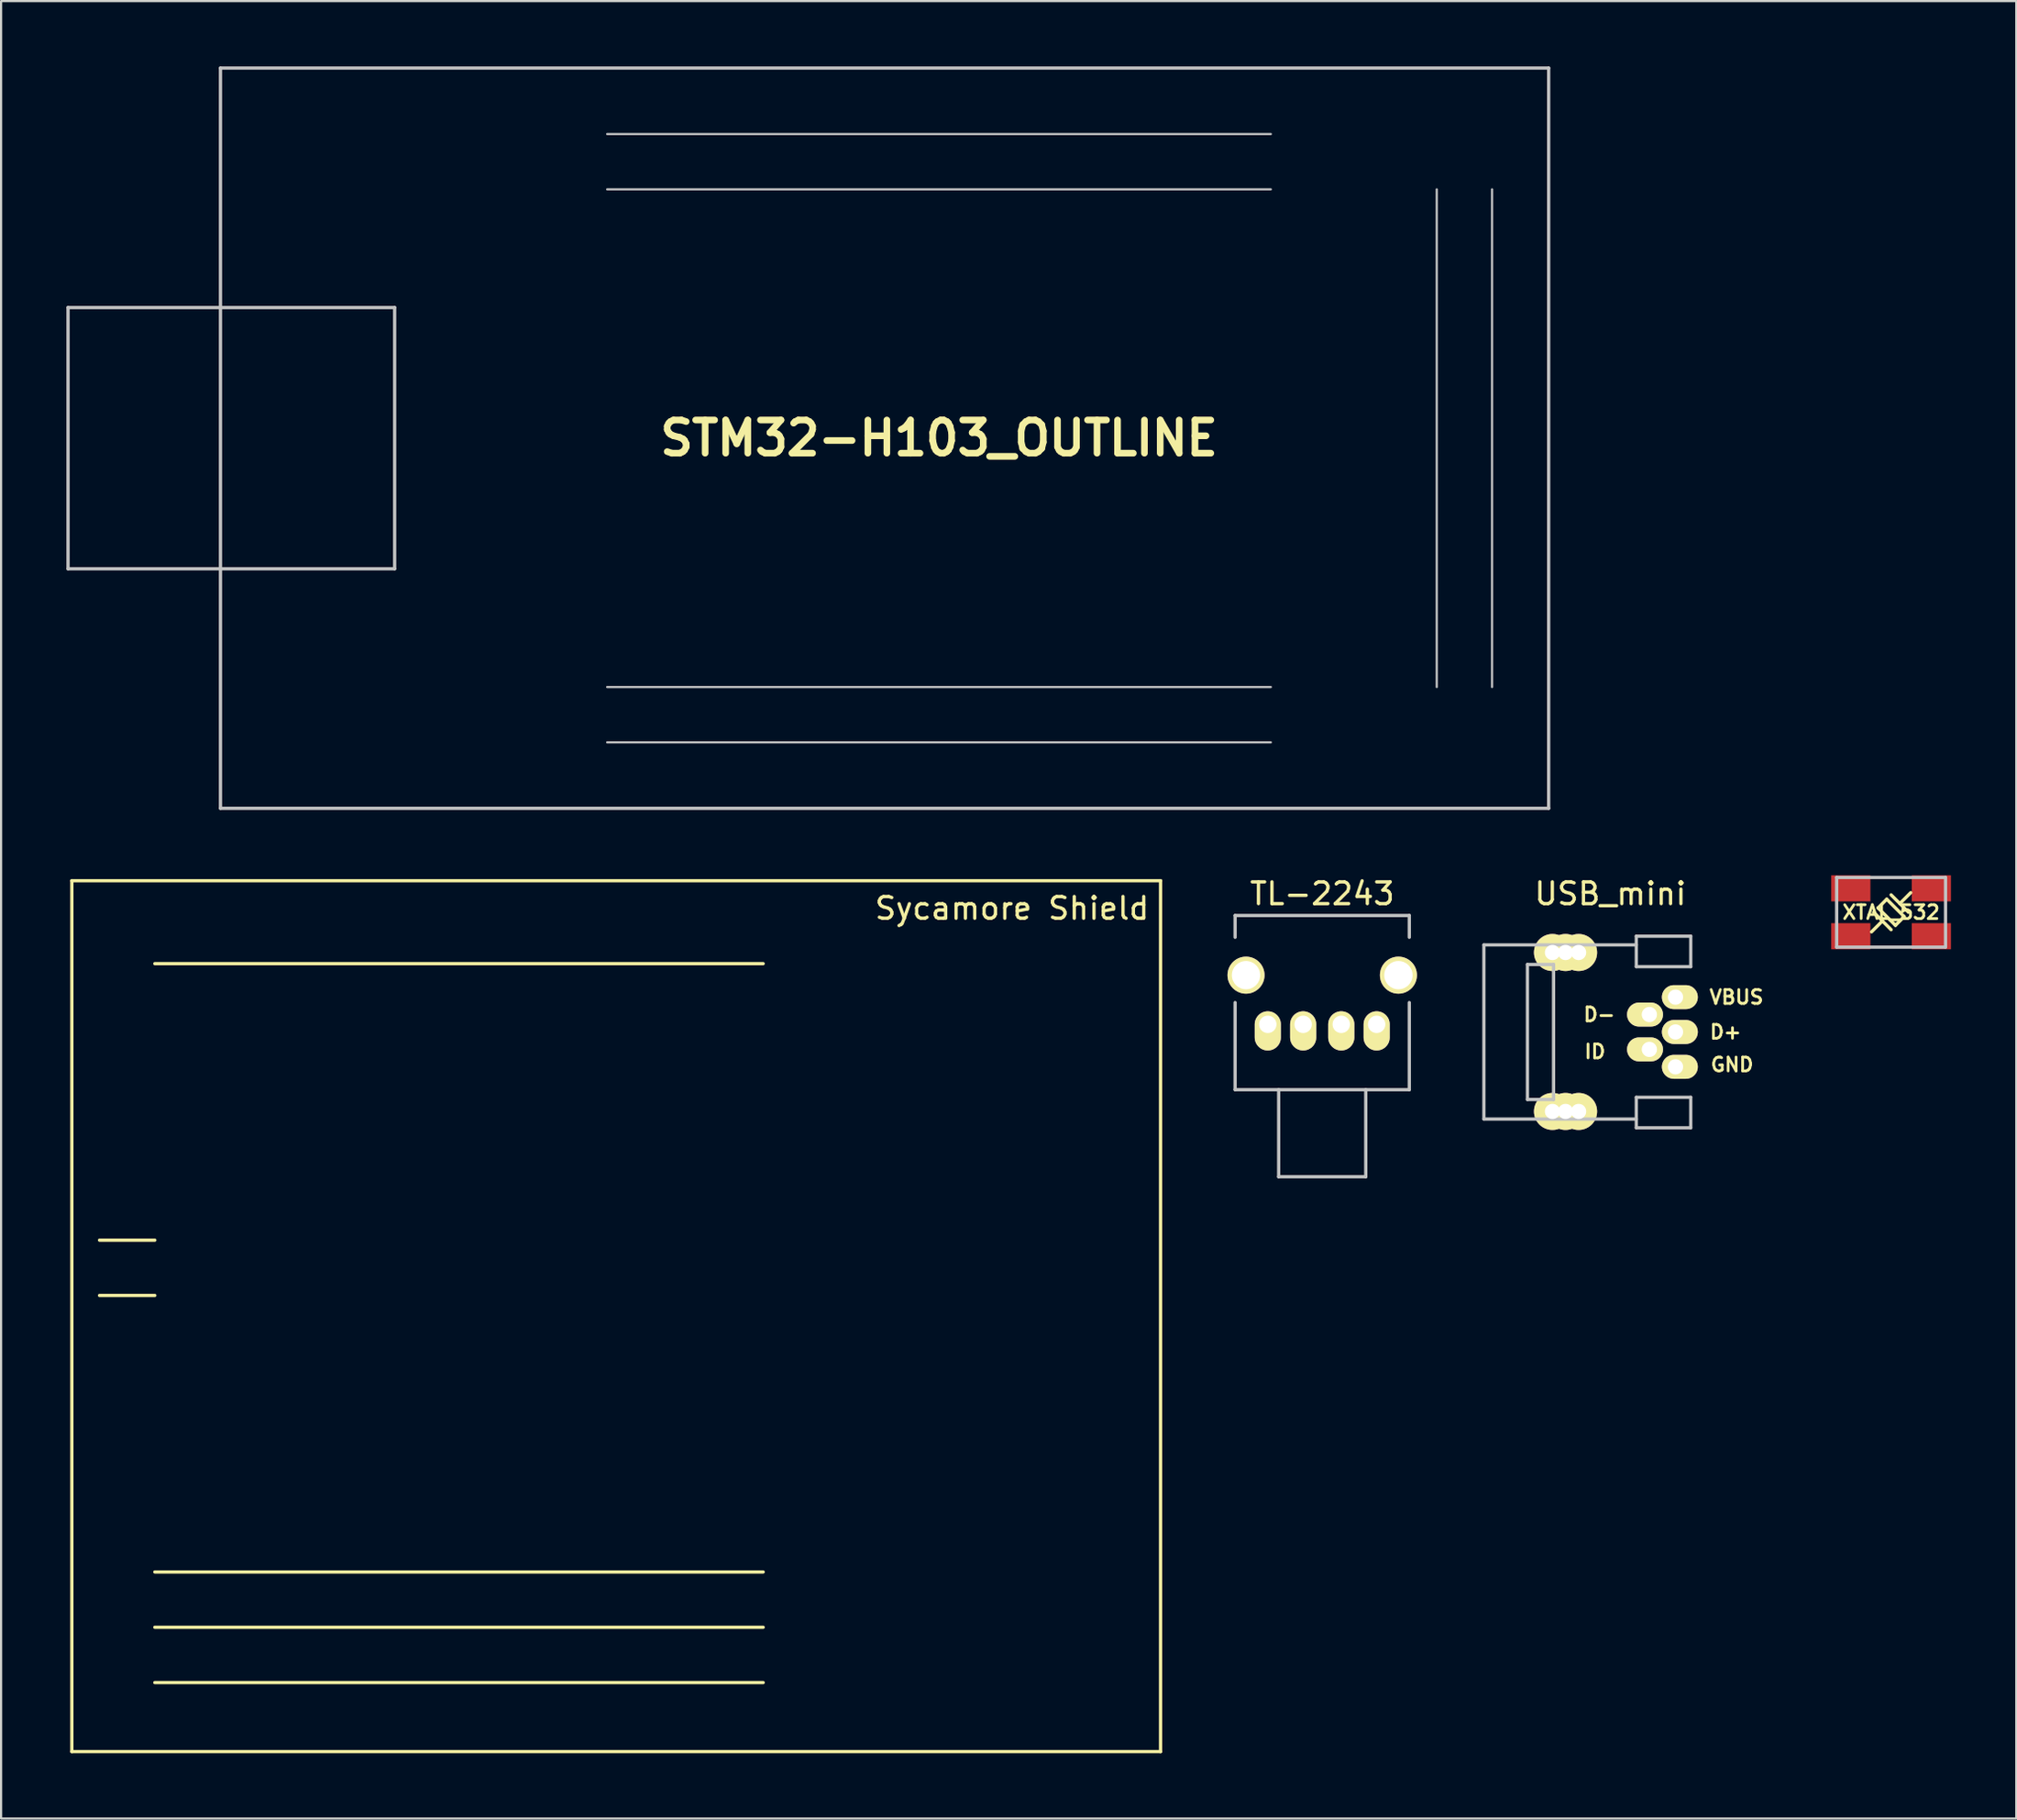
<source format=kicad_pcb>
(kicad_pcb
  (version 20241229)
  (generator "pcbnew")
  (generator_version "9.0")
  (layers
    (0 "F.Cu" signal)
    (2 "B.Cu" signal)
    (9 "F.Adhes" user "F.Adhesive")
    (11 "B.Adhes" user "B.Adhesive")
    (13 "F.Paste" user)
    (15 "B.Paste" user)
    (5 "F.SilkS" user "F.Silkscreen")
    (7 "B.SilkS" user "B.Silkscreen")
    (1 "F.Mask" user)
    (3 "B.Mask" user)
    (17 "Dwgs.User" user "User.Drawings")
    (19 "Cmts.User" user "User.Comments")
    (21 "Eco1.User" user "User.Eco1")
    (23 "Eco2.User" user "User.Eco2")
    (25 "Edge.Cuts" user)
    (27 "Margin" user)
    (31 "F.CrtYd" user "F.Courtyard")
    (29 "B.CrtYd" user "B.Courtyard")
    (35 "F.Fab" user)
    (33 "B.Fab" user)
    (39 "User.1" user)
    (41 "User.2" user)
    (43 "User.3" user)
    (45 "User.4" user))
  (footprint "Sycamore Shield"
    (layer "F.Cu")
    (at 0.25 37.4)
    (property "Reference" "Sycamore Shield" (at 43.18 1.27 0) (layer "F.SilkS") (effects (font (size 1 1) (thickness 0.15))))
    (attr through_hole)
    (fp_line (start 0 0) (end 50 0) (stroke (width 0.15) (type solid)) (layer "F.SilkS"))
    (fp_line (start 0 40) (end 0 0) (stroke (width 0.15) (type solid)) (layer "F.SilkS"))
    (fp_line (start 1.27 16.51) (end 3.81 16.51) (stroke (width 0.15) (type solid)) (layer "F.SilkS"))
    (fp_line (start 1.27 19.05) (end 3.81 19.05) (stroke (width 0.15) (type solid)) (layer "F.SilkS"))
    (fp_line (start 3.81 3.81) (end 31.75 3.81) (stroke (width 0.15) (type solid)) (layer "F.SilkS"))
    (fp_line (start 3.81 31.75) (end 31.75 31.75) (stroke (width 0.15) (type solid)) (layer "F.SilkS"))
    (fp_line (start 3.81 34.29) (end 31.75 34.29) (stroke (width 0.15) (type solid)) (layer "F.SilkS"))
    (fp_line (start 31.75 36.83) (end 3.81 36.83) (stroke (width 0.15) (type solid)) (layer "F.SilkS"))
    (fp_line (start 50 0) (end 50 40) (stroke (width 0.15) (type solid)) (layer "F.SilkS"))
    (fp_line (start 50 40) (end 0 40) (stroke (width 0.15) (type solid)) (layer "F.SilkS")))
  (footprint "XTAL_532"
    (layer "F.Cu")
    (at 83.802 38.85)
    (property "Reference" "XTAL_532" (at 0 0 0) (layer "F.SilkS") (effects (font (size 0.635 0.635) (thickness 0.127))))
    (attr through_hole)
    (fp_line (start -0.6 -0.2) (end 0.2 0.6) (stroke (width 0.15) (type solid)) (layer "F.SilkS"))
    (fp_line (start -0.4 0.4) (end -0.9 0.9) (stroke (width 0.15) (type solid)) (layer "F.SilkS"))
    (fp_line (start -0.2 -0.6) (end -0.6 -0.2) (stroke (width 0.15) (type solid)) (layer "F.SilkS"))
    (fp_line (start 0 -0.8) (end 0.8 0) (stroke (width 0.15) (type solid)) (layer "F.SilkS"))
    (fp_line (start 0 0.8) (end -0.8 0) (stroke (width 0.15) (type solid)) (layer "F.SilkS"))
    (fp_line (start 0.2 0.6) (end 0.6 0.2) (stroke (width 0.15) (type solid)) (layer "F.SilkS"))
    (fp_line (start 0.4 -0.4) (end 0.9 -0.9) (stroke (width 0.15) (type solid)) (layer "F.SilkS"))
    (fp_line (start 0.6 0.2) (end -0.2 -0.6) (stroke (width 0.15) (type solid)) (layer "F.SilkS"))
    (fp_line (start -2.5 -1.6) (end -2.5 1.6) (stroke (width 0.15) (type solid)) (layer "Dwgs.User"))
    (fp_line (start -2.5 1.6) (end 2.5 1.6) (stroke (width 0.15) (type solid)) (layer "Dwgs.User"))
    (fp_line (start 2.5 -1.6) (end -2.5 -1.6) (stroke (width 0.15) (type solid)) (layer "Dwgs.User"))
    (fp_line (start 2.5 1.6) (end 2.5 -1.6) (stroke (width 0.15) (type solid)) (layer "Dwgs.User"))
    (pad "1" smd rect (at -1.85 1.1) (size 1.8 1.2) (layers "F.Cu" "F.Mask" "F.Paste"))
    (pad "2" smd rect (at 1.85 1.1) (size 1.8 1.2) (layers "F.Cu" "F.Mask" "F.Paste"))
    (pad "3" smd rect (at 1.85 -1.1) (size 1.8 1.2) (layers "F.Cu" "F.Mask" "F.Paste"))
    (pad "4" smd rect (at -1.85 -1.1) (size 1.8 1.2) (layers "F.Cu" "F.Mask" "F.Paste")))
  (footprint "USB_mini"
    (layer "F.Cu")
    (at 67.1 44.348)
    (property "Reference" "USB_mini" (at 3.81 -6.35 0) (layer "F.SilkS") (effects (font (size 1 1) (thickness 0.15))))
    (attr through_hole)
    (fp_line (start -2 4) (end -2 -4) (stroke (width 0.15) (type solid)) (layer "Dwgs.User"))
    (fp_line (start 0 -3.1) (end 1.2 -3.1) (stroke (width 0.15) (type solid)) (layer "Dwgs.User"))
    (fp_line (start 0 3.1) (end 0 -3.1) (stroke (width 0.15) (type solid)) (layer "Dwgs.User"))
    (fp_line (start 1.2 -3.1) (end 1.2 3.1) (stroke (width 0.15) (type solid)) (layer "Dwgs.User"))
    (fp_line (start 1.2 3.1) (end 0 3.1) (stroke (width 0.15) (type solid)) (layer "Dwgs.User"))
    (fp_line (start 5 -4.4) (end 5 -3) (stroke (width 0.15) (type solid)) (layer "Dwgs.User"))
    (fp_line (start 5 -4) (end -2 -4) (stroke (width 0.15) (type solid)) (layer "Dwgs.User"))
    (fp_line (start 5 -3) (end 7.5 -3) (stroke (width 0.15) (type solid)) (layer "Dwgs.User"))
    (fp_line (start 5 3) (end 7.5 3) (stroke (width 0.15) (type solid)) (layer "Dwgs.User"))
    (fp_line (start 5 4) (end -2 4) (stroke (width 0.15) (type solid)) (layer "Dwgs.User"))
    (fp_line (start 5 4.4) (end 5 3) (stroke (width 0.15) (type solid)) (layer "Dwgs.User"))
    (fp_line (start 7.5 -4.4) (end 5 -4.4) (stroke (width 0.15) (type solid)) (layer "Dwgs.User"))
    (fp_line (start 7.5 -3) (end 7.5 -4.4) (stroke (width 0.15) (type solid)) (layer "Dwgs.User"))
    (fp_line (start 7.5 3) (end 7.5 4.4) (stroke (width 0.15) (type solid)) (layer "Dwgs.User"))
    (fp_line (start 7.5 4.4) (end 5 4.4) (stroke (width 0.15) (type solid)) (layer "Dwgs.User"))
    (fp_text user "GND" (at 9.4 1.5 0) (layer "F.SilkS") (effects (font (size 0.635 0.635) (thickness 0.127))))
    (fp_text user "ID" (at 3.1 0.9 0) (layer "F.SilkS") (effects (font (size 0.635 0.635) (thickness 0.127))))
    (fp_text user "D+" (at 9.1 0 0) (layer "F.SilkS") (effects (font (size 0.635 0.635) (thickness 0.127))))
    (fp_text user "D-" (at 3.3 -0.8 0) (layer "F.SilkS") (effects (font (size 0.635 0.635) (thickness 0.127))))
    (fp_text user "VBUS" (at 9.6 -1.6 0) (layer "F.SilkS") (effects (font (size 0.635 0.635) (thickness 0.127))))
    (pad "" thru_hole circle (at 1.15 -3.65) (size 1.7 1.7) (drill 0.7) (layers "*.Cu" "*.Mask" "F.SilkS"))
    (pad "" thru_hole circle (at 1.15 3.65) (size 1.7 1.7) (drill 0.7) (layers "*.Cu" "*.Mask" "F.SilkS"))
    (pad "" thru_hole circle (at 1.75 -3.65) (size 1.7 1.7) (drill 0.7) (layers "*.Cu" "*.Mask" "F.SilkS"))
    (pad "" thru_hole circle (at 1.75 3.65) (size 1.7 1.7) (drill 0.7) (layers "*.Cu" "*.Mask" "F.SilkS"))
    (pad "" thru_hole circle (at 2.35 -3.65) (size 1.7 1.7) (drill 0.7) (layers "*.Cu" "*.Mask" "F.SilkS"))
    (pad "" thru_hole circle (at 2.35 3.65) (size 1.7 1.7) (drill 0.7) (layers "*.Cu" "*.Mask" "F.SilkS"))
    (pad "1" thru_hole oval (at 6.8 -1.6) (size 1.65 1.1) (drill 0.7 (offset 0.2 0)) (layers "*.Cu" "*.Mask" "F.SilkS"))
    (pad "2" thru_hole oval (at 6.8 0) (size 1.65 1.1) (drill 0.7 (offset 0.2 0)) (layers "*.Cu" "*.Mask" "F.SilkS"))
    (pad "3" thru_hole oval (at 5.6 -0.8) (size 1.65 1.1) (drill 0.7 (offset -0.2 0)) (layers "*.Cu" "*.Mask" "F.SilkS"))
    (pad "4" thru_hole oval (at 6.8 1.6) (size 1.65 1.1) (drill 0.7 (offset 0.2 0)) (layers "*.Cu" "*.Mask" "F.SilkS"))
    (pad "5" thru_hole oval (at 5.6 0.8) (size 1.65 1.1) (drill 0.7 (offset -0.2 0)) (layers "*.Cu" "*.Mask" "F.SilkS")))
  (footprint "STM32-H103_OUTLINE"
    (layer "F.Cu")
    (at 40.075 17.075)
    (property "Reference" "STM32-H103_OUTLINE" (at 0 0 0) (layer "F.SilkS") (effects (font (size 1.524 1.524) (thickness 0.305))))
    (attr through_hole)
    (fp_line (start -40 -6) (end -40 6) (stroke (width 0.15) (type solid)) (layer "Dwgs.User"))
    (fp_line (start -40 -6) (end -25 -6) (stroke (width 0.15) (type solid)) (layer "Dwgs.User"))
    (fp_line (start -33 -17) (end -33 17) (stroke (width 0.15) (type solid)) (layer "Dwgs.User"))
    (fp_line (start -25 -6) (end -25 6) (stroke (width 0.15) (type solid)) (layer "Dwgs.User"))
    (fp_line (start -25 6) (end -40 6) (stroke (width 0.15) (type solid)) (layer "Dwgs.User"))
    (fp_line (start -15.24 -11.43) (end 15.24 -11.43) (stroke (width 0.1) (type solid)) (layer "Dwgs.User"))
    (fp_line (start -15.24 11.43) (end 15.24 11.43) (stroke (width 0.1) (type solid)) (layer "Dwgs.User"))
    (fp_line (start 15.24 -13.97) (end -15.24 -13.97) (stroke (width 0.1) (type solid)) (layer "Dwgs.User"))
    (fp_line (start 15.24 13.97) (end -15.24 13.97) (stroke (width 0.1) (type solid)) (layer "Dwgs.User"))
    (fp_line (start 22.86 -11.43) (end 22.86 11.43) (stroke (width 0.1) (type solid)) (layer "Dwgs.User"))
    (fp_line (start 25.4 11.43) (end 25.4 -11.43) (stroke (width 0.1) (type solid)) (layer "Dwgs.User"))
    (fp_line (start 28 -17) (end -33 -17) (stroke (width 0.15) (type solid)) (layer "Dwgs.User"))
    (fp_line (start 28 17) (end -33 17) (stroke (width 0.15) (type solid)) (layer "Dwgs.User"))
    (fp_line (start 28 17) (end 28 -17) (stroke (width 0.15) (type solid)) (layer "Dwgs.User")))
  (footprint "TL-2243"
    (layer "F.Cu")
    (at 57.675 43.998)
    (property "Reference" "TL-2243" (at 0 -6 0) (layer "F.SilkS") (effects (font (size 1 1) (thickness 0.15))))
    (attr through_hole)
    (fp_line (start -4 -5) (end -4 -4) (stroke (width 0.15) (type solid)) (layer "Dwgs.User"))
    (fp_line (start -4 3) (end -4 -1) (stroke (width 0.15) (type solid)) (layer "Dwgs.User"))
    (fp_line (start -4 3) (end 4 3) (stroke (width 0.15) (type solid)) (layer "Dwgs.User"))
    (fp_line (start -2 3) (end -2 7) (stroke (width 0.15) (type solid)) (layer "Dwgs.User"))
    (fp_line (start -2 7) (end 2 7) (stroke (width 0.15) (type solid)) (layer "Dwgs.User"))
    (fp_line (start 2 7) (end 2 3) (stroke (width 0.15) (type solid)) (layer "Dwgs.User"))
    (fp_line (start 4 -5) (end -4 -5) (stroke (width 0.15) (type solid)) (layer "Dwgs.User"))
    (fp_line (start 4 -5) (end 4 -4) (stroke (width 0.15) (type solid)) (layer "Dwgs.User"))
    (fp_line (start 4 3) (end 4 -1) (stroke (width 0.15) (type solid)) (layer "Dwgs.User"))
    (pad "" thru_hole circle (at -3.5 -2.26) (size 1.7 1.7) (drill 1.3) (layers "*.Cu" "*.Mask" "F.SilkS"))
    (pad "" thru_hole circle (at 3.5 -2.26) (size 1.7 1.7) (drill 1.3) (layers "*.Cu" "*.Mask" "F.SilkS"))
    (pad "1" thru_hole oval (at -2.5 0) (size 1.2 1.8) (drill 0.8 (offset 0 0.3)) (layers "*.Cu" "*.Mask" "F.SilkS"))
    (pad "2" thru_hole oval (at 2.5 0) (size 1.2 1.8) (drill 0.8 (offset 0 0.3)) (layers "*.Cu" "*.Mask" "F.SilkS"))
    (pad "3" thru_hole oval (at 0.875 0) (size 1.2 1.8) (drill 0.8 (offset 0 0.3)) (layers "*.Cu" "*.Mask" "F.SilkS"))
    (pad "4" thru_hole oval (at -0.875 0) (size 1.2 1.8) (drill 0.8 (offset 0 0.3)) (layers "*.Cu" "*.Mask" "F.SilkS")))
  (gr_rect
    (start -3 -3)
    (end 89.552 80.475)
    (stroke (width 0.1) (type default))
    (fill no)
    (layer "Edge.Cuts")))
</source>
